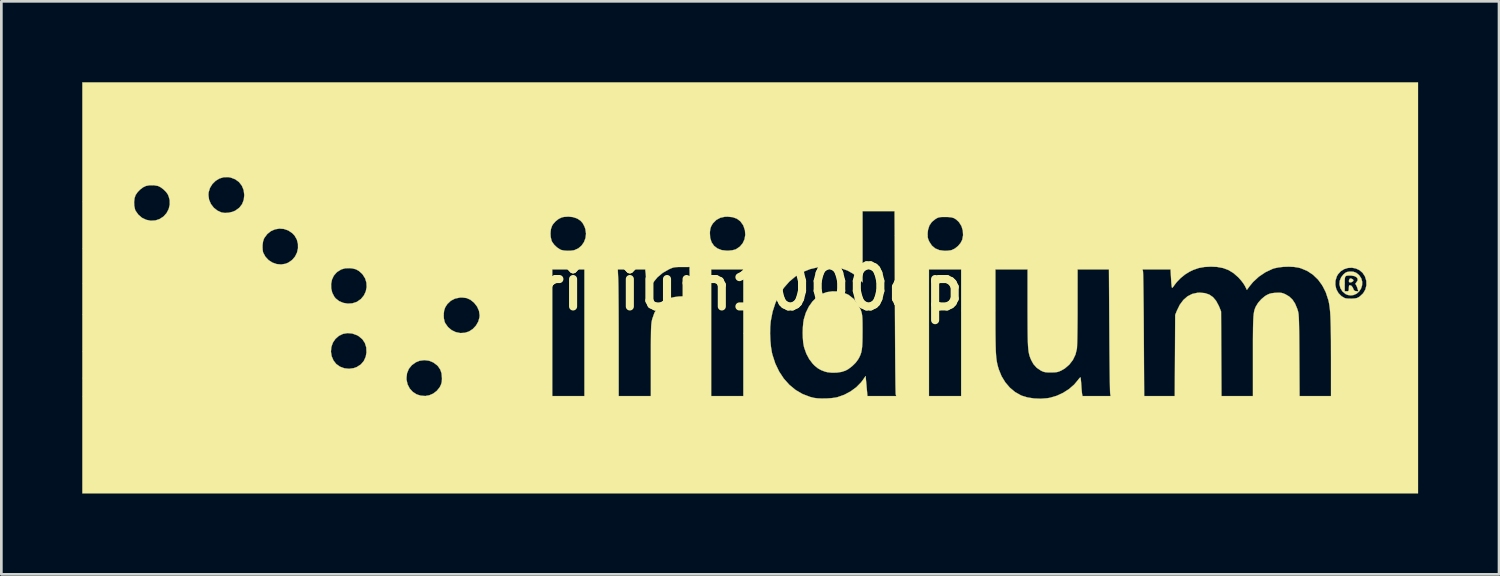
<source format=kicad_pcb>
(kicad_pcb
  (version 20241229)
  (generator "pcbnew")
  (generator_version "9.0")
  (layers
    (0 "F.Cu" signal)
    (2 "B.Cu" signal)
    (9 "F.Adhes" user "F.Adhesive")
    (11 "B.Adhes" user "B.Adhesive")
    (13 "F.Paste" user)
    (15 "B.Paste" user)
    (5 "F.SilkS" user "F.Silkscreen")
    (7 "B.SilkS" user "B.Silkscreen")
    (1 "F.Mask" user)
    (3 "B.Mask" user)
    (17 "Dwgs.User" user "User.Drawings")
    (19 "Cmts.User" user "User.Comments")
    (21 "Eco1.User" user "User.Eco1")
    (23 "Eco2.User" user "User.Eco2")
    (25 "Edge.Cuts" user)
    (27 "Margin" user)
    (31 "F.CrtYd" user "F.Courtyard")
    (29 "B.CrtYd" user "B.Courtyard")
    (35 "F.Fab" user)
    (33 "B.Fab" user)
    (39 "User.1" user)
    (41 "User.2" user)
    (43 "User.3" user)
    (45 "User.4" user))
  (footprint "iridium1000dpi"
    (layer "F.Cu")
    (at 24.77 7.625)
    (property "Reference" "iridium1000dpi" (at 0 0 0) (layer "F.SilkS") (effects (font (size 1.524 1.524) (thickness 0.3))))
    (attr through_hole)
    (fp_poly (pts (xy 22.339 -0.321) (xy 22.372 -0.288) (xy 22.363 -0.256) (xy 22.354 -0.244) (xy 22.303 -0.212) (xy 22.258 -0.203) (xy 22.214 -0.211) (xy 22.202 -0.245) (xy 22.204 -0.273) (xy 22.228 -0.333) (xy 22.275 -0.349) (xy 22.339 -0.321)) (stroke (width 0.01) (type solid)) (fill yes) (layer "F.SilkS"))
    (fp_poly (pts (xy 3.253 0.135) (xy 3.452 0.175) (xy 3.629 0.25) (xy 3.659 0.268) (xy 3.84 0.411) (xy 3.985 0.59) (xy 4.093 0.804) (xy 4.114 0.861) (xy 4.13 0.915) (xy 4.143 0.97) (xy 4.152 1.034) (xy 4.159 1.115) (xy 4.163 1.221) (xy 4.165 1.358) (xy 4.166 1.536) (xy 4.166 1.623) (xy 4.164 1.847) (xy 4.16 2.029) (xy 4.152 2.176) (xy 4.138 2.295) (xy 4.118 2.394) (xy 4.089 2.481) (xy 4.052 2.564) (xy 4.006 2.648) (xy 3.912 2.775) (xy 3.786 2.899) (xy 3.646 3.006) (xy 3.536 3.068) (xy 3.39 3.116) (xy 3.216 3.142) (xy 3.033 3.146) (xy 2.86 3.127) (xy 2.764 3.102) (xy 2.621 3.046) (xy 2.502 2.977) (xy 2.389 2.883) (xy 2.32 2.813) (xy 2.191 2.645) (xy 2.083 2.442) (xy 2.003 2.216) (xy 1.991 2.169) (xy 1.966 2.025) (xy 1.952 1.847) (xy 1.947 1.653) (xy 1.954 1.458) (xy 1.97 1.281) (xy 1.989 1.168) (xy 2.064 0.922) (xy 2.173 0.698) (xy 2.312 0.502) (xy 2.476 0.342) (xy 2.66 0.224) (xy 2.66 0.224) (xy 2.843 0.159) (xy 3.045 0.129) (xy 3.253 0.135)) (stroke (width 0.01) (type solid)) (fill yes) (layer "F.SilkS"))
    (fp_poly (pts (xy 22.363 -0.6) (xy 22.47 -0.561) (xy 22.572 -0.48) (xy 22.585 -0.466) (xy 22.662 -0.353) (xy 22.696 -0.227) (xy 22.692 -0.099) (xy 22.654 0.023) (xy 22.585 0.131) (xy 22.489 0.216) (xy 22.37 0.267) (xy 22.271 0.279) (xy 22.172 0.266) (xy 22.085 0.233) (xy 22.082 0.231) (xy 21.964 0.133) (xy 21.888 0.013) (xy 21.854 -0.121) (xy 21.857 -0.17) (xy 22.047 -0.17) (xy 22.047 -0.15) (xy 22.047 0.127) (xy 22.123 0.127) (xy 22.17 0.124) (xy 22.192 0.105) (xy 22.199 0.056) (xy 22.2 0.013) (xy 22.206 -0.067) (xy 22.226 -0.1) (xy 22.231 -0.101) (xy 22.299 -0.076) (xy 22.35 -0.005) (xy 22.363 0.03) (xy 22.391 0.09) (xy 22.436 0.117) (xy 22.472 0.122) (xy 22.554 0.13) (xy 22.518 0.01) (xy 22.491 -0.064) (xy 22.463 -0.116) (xy 22.452 -0.128) (xy 22.442 -0.154) (xy 22.475 -0.199) (xy 22.476 -0.2) (xy 22.525 -0.272) (xy 22.527 -0.339) (xy 22.486 -0.395) (xy 22.408 -0.436) (xy 22.296 -0.456) (xy 22.254 -0.457) (xy 22.167 -0.456) (xy 22.109 -0.448) (xy 22.073 -0.423) (xy 22.055 -0.374) (xy 22.048 -0.293) (xy 22.047 -0.17) (xy 21.857 -0.17) (xy 21.862 -0.259) (xy 21.915 -0.391) (xy 21.998 -0.497) (xy 22.068 -0.557) (xy 22.134 -0.589) (xy 22.222 -0.603) (xy 22.233 -0.604) (xy 22.363 -0.6)) (stroke (width 0.01) (type solid)) (fill yes) (layer "F.SilkS"))
    (fp_poly (pts (xy 24.765 7.62) (xy -24.765 7.62) (xy -24.765 3.344) (xy -12.747 3.344) (xy -12.744 3.406) (xy -12.705 3.581) (xy -12.626 3.733) (xy -12.513 3.857) (xy -12.374 3.947) (xy -12.215 4) (xy -12.043 4.01) (xy -11.908 3.987) (xy -11.757 3.922) (xy -11.623 3.82) (xy -11.519 3.693) (xy -11.501 3.661) (xy -11.46 3.571) (xy -11.438 3.488) (xy -11.431 3.387) (xy -11.431 3.344) (xy -11.445 3.172) (xy -11.492 3.032) (xy -11.574 2.91) (xy -11.61 2.872) (xy -11.75 2.766) (xy -11.911 2.701) (xy -12.083 2.68) (xy -12.256 2.702) (xy -12.394 2.757) (xy -12.547 2.866) (xy -12.658 3.002) (xy -12.725 3.163) (xy -12.747 3.344) (xy -24.765 3.344) (xy -24.765 2.365) (xy -15.548 2.365) (xy -15.521 2.535) (xy -15.454 2.692) (xy -15.35 2.825) (xy -15.349 2.825) (xy -15.211 2.923) (xy -15.049 2.982) (xy -14.876 3.001) (xy -14.702 2.977) (xy -14.591 2.937) (xy -14.441 2.842) (xy -14.33 2.713) (xy -14.258 2.555) (xy -14.23 2.399) (xy -14.237 2.21) (xy -14.289 2.044) (xy -14.383 1.903) (xy -14.52 1.79) (xy -14.583 1.755) (xy -14.759 1.692) (xy -14.934 1.677) (xy -15.1 1.706) (xy -15.252 1.779) (xy -15.381 1.893) (xy -15.474 2.029) (xy -15.532 2.192) (xy -15.548 2.365) (xy -24.765 2.365) (xy -24.765 0.978) (xy -11.366 0.978) (xy -11.361 1.124) (xy -11.333 1.254) (xy -11.31 1.308) (xy -11.206 1.455) (xy -11.073 1.567) (xy -10.918 1.642) (xy -10.751 1.676) (xy -10.579 1.666) (xy -10.427 1.617) (xy -10.286 1.525) (xy -10.169 1.4) (xy -10.084 1.252) (xy -10.039 1.093) (xy -10.033 1.016) (xy -10.057 0.853) (xy -10.127 0.695) (xy -10.237 0.554) (xy -10.246 0.545) (xy -10.377 0.44) (xy -10.514 0.379) (xy -10.67 0.358) (xy -10.763 0.36) (xy -10.945 0.397) (xy -11.102 0.478) (xy -11.231 0.601) (xy -11.31 0.723) (xy -11.349 0.838) (xy -11.366 0.978) (xy -24.765 0.978) (xy -24.765 -0.146) (xy -15.541 -0.146) (xy -15.538 0.02) (xy -15.499 0.181) (xy -15.423 0.327) (xy -15.372 0.391) (xy -15.245 0.491) (xy -15.092 0.556) (xy -14.925 0.584) (xy -14.755 0.574) (xy -14.595 0.523) (xy -14.577 0.513) (xy -14.434 0.413) (xy -14.327 0.283) (xy -14.256 0.134) (xy -14.224 -0.027) (xy -14.231 -0.192) (xy -14.279 -0.35) (xy -14.37 -0.495) (xy -14.403 -0.531) (xy -14.51 -0.627) (xy -14.616 -0.686) (xy -7.341 -0.686) (xy -7.341 4.013) (xy -6.147 4.013) (xy -6.147 -0.686) (xy -4.91 -0.686) (xy -4.893 -0.301) (xy -4.891 -0.213) (xy -4.888 -0.079) (xy -4.886 0.096) (xy -4.884 0.307) (xy -4.882 0.549) (xy -4.88 0.817) (xy -4.879 1.106) (xy -4.878 1.412) (xy -4.877 1.728) (xy -4.877 2.049) (xy -4.877 4.013) (xy -3.683 4.013) (xy -3.683 2.684) (xy -3.683 2.388) (xy -3.683 2.138) (xy -3.682 1.93) (xy -3.68 1.758) (xy -3.678 1.618) (xy -3.675 1.505) (xy -3.671 1.415) (xy -3.665 1.343) (xy -3.658 1.284) (xy -3.65 1.234) (xy -3.64 1.187) (xy -3.632 1.154) (xy -3.552 0.927) (xy -3.436 0.729) (xy -3.289 0.565) (xy -3.115 0.441) (xy -3.09 0.427) (xy -2.962 0.377) (xy -2.808 0.341) (xy -2.644 0.32) (xy -2.485 0.315) (xy -2.346 0.328) (xy -2.268 0.348) (xy -2.257 0.345) (xy -2.249 0.321) (xy -2.243 0.271) (xy -2.24 0.19) (xy -2.239 0.073) (xy -2.24 -0.087) (xy -2.241 -0.207) (xy -2.247 -0.686) (xy -1.448 -0.686) (xy -1.448 4.013) (xy -0.254 4.013) (xy -0.254 1.695) (xy 0.738 1.695) (xy 0.748 1.944) (xy 0.77 2.184) (xy 0.805 2.398) (xy 0.824 2.477) (xy 0.93 2.804) (xy 1.072 3.101) (xy 1.247 3.366) (xy 1.452 3.595) (xy 1.684 3.786) (xy 1.942 3.937) (xy 2.223 4.044) (xy 2.362 4.079) (xy 2.496 4.097) (xy 2.662 4.104) (xy 2.842 4.101) (xy 3.017 4.089) (xy 3.171 4.068) (xy 3.239 4.053) (xy 3.488 3.965) (xy 3.723 3.84) (xy 3.935 3.685) (xy 4.111 3.506) (xy 4.18 3.415) (xy 4.28 3.269) (xy 4.3 3.483) (xy 4.312 3.608) (xy 4.323 3.739) (xy 4.333 3.847) (xy 4.334 3.854) (xy 4.347 4.013) (xy 5.416 4.013) (xy 5.397 3.943) (xy 5.395 3.91) (xy 5.393 3.829) (xy 5.39 3.702) (xy 5.387 3.535) (xy 5.385 3.328) (xy 5.382 3.087) (xy 5.38 2.812) (xy 5.377 2.508) (xy 5.375 2.177) (xy 5.373 1.823) (xy 5.371 1.449) (xy 5.369 1.057) (xy 5.367 0.651) (xy 5.367 0.514) (xy 5.363 -0.686) (xy 6.629 -0.686) (xy 6.629 4.013) (xy 7.823 4.013) (xy 7.823 -0.686) (xy 9.093 -0.686) (xy 9.093 0.857) (xy 9.094 1.204) (xy 9.094 1.505) (xy 9.096 1.763) (xy 9.099 1.984) (xy 9.103 2.172) (xy 9.108 2.331) (xy 9.116 2.465) (xy 9.125 2.58) (xy 9.137 2.679) (xy 9.152 2.766) (xy 9.169 2.847) (xy 9.19 2.926) (xy 9.214 3.007) (xy 9.219 3.024) (xy 9.321 3.275) (xy 9.46 3.503) (xy 9.629 3.701) (xy 9.824 3.864) (xy 10.04 3.985) (xy 10.075 4) (xy 10.286 4.064) (xy 10.525 4.101) (xy 10.775 4.111) (xy 11.021 4.092) (xy 11.12 4.075) (xy 11.366 4.003) (xy 11.604 3.893) (xy 11.823 3.753) (xy 12.013 3.588) (xy 12.139 3.438) (xy 12.191 3.372) (xy 12.23 3.329) (xy 12.25 3.32) (xy 12.25 3.32) (xy 12.257 3.352) (xy 12.264 3.424) (xy 12.273 3.523) (xy 12.279 3.607) (xy 12.287 3.726) (xy 12.296 3.832) (xy 12.305 3.912) (xy 12.309 3.943) (xy 12.323 4.013) (xy 13.366 4.013) (xy 13.35 3.918) (xy 13.347 3.879) (xy 13.344 3.793) (xy 13.341 3.663) (xy 13.338 3.495) (xy 13.335 3.29) (xy 13.332 3.054) (xy 13.329 2.791) (xy 13.326 2.503) (xy 13.323 2.194) (xy 13.321 1.87) (xy 13.319 1.568) (xy 13.304 -0.686) (xy 14.548 -0.686) (xy 14.566 -0.616) (xy 14.569 -0.581) (xy 14.572 -0.498) (xy 14.575 -0.373) (xy 14.578 -0.207) (xy 14.581 -0.006) (xy 14.584 0.227) (xy 14.587 0.489) (xy 14.59 0.775) (xy 14.593 1.082) (xy 14.595 1.406) (xy 14.597 1.734) (xy 14.61 4.013) (xy 15.745 4.013) (xy 15.761 1.003) (xy 15.822 0.851) (xy 15.93 0.629) (xy 16.063 0.45) (xy 16.217 0.315) (xy 16.391 0.226) (xy 16.585 0.182) (xy 16.672 0.178) (xy 16.862 0.195) (xy 17.024 0.249) (xy 17.16 0.342) (xy 17.276 0.478) (xy 17.374 0.66) (xy 17.402 0.724) (xy 17.462 0.876) (xy 17.477 4.013) (xy 18.644 4.013) (xy 18.644 2.541) (xy 18.644 2.212) (xy 18.644 1.93) (xy 18.646 1.69) (xy 18.648 1.488) (xy 18.652 1.32) (xy 18.657 1.182) (xy 18.663 1.069) (xy 18.672 0.977) (xy 18.683 0.903) (xy 18.696 0.841) (xy 18.712 0.787) (xy 18.731 0.738) (xy 18.752 0.691) (xy 18.836 0.554) (xy 18.953 0.422) (xy 19.086 0.31) (xy 19.155 0.267) (xy 19.242 0.226) (xy 19.328 0.201) (xy 19.434 0.187) (xy 19.498 0.183) (xy 19.611 0.179) (xy 19.692 0.184) (xy 19.762 0.202) (xy 19.84 0.234) (xy 19.843 0.235) (xy 19.989 0.321) (xy 20.109 0.434) (xy 20.206 0.582) (xy 20.285 0.771) (xy 20.313 0.858) (xy 20.322 0.894) (xy 20.33 0.937) (xy 20.337 0.992) (xy 20.342 1.063) (xy 20.347 1.153) (xy 20.351 1.268) (xy 20.354 1.41) (xy 20.357 1.586) (xy 20.36 1.797) (xy 20.362 2.049) (xy 20.364 2.346) (xy 20.365 2.508) (xy 20.373 4.013) (xy 21.539 4.013) (xy 21.539 2.623) (xy 21.538 2.259) (xy 21.537 1.941) (xy 21.534 1.667) (xy 21.53 1.43) (xy 21.524 1.226) (xy 21.517 1.053) (xy 21.508 0.904) (xy 21.496 0.777) (xy 21.482 0.666) (xy 21.466 0.568) (xy 21.447 0.478) (xy 21.438 0.445) (xy 21.345 0.162) (xy 21.218 -0.089) (xy 21.21 -0.1) (xy 21.7 -0.1) (xy 21.738 0.055) (xy 21.815 0.194) (xy 21.928 0.309) (xy 22.052 0.381) (xy 22.106 0.392) (xy 22.192 0.399) (xy 22.294 0.4) (xy 22.305 0.4) (xy 22.412 0.394) (xy 22.487 0.381) (xy 22.548 0.356) (xy 22.609 0.317) (xy 22.73 0.203) (xy 22.812 0.063) (xy 22.852 -0.094) (xy 22.849 -0.259) (xy 22.799 -0.422) (xy 22.798 -0.424) (xy 22.711 -0.558) (xy 22.595 -0.657) (xy 22.461 -0.719) (xy 22.316 -0.747) (xy 22.168 -0.739) (xy 22.027 -0.695) (xy 21.9 -0.616) (xy 21.797 -0.501) (xy 21.753 -0.424) (xy 21.704 -0.263) (xy 21.7 -0.1) (xy 21.21 -0.1) (xy 21.058 -0.307) (xy 20.87 -0.488) (xy 20.656 -0.629) (xy 20.418 -0.728) (xy 20.33 -0.751) (xy 20.165 -0.777) (xy 19.975 -0.786) (xy 19.778 -0.78) (xy 19.589 -0.758) (xy 19.426 -0.723) (xy 19.374 -0.705) (xy 19.109 -0.581) (xy 18.865 -0.417) (xy 18.65 -0.219) (xy 18.527 -0.071) (xy 18.42 0.075) (xy 18.348 -0.07) (xy 18.29 -0.164) (xy 18.207 -0.273) (xy 18.111 -0.381) (xy 18.098 -0.394) (xy 17.922 -0.548) (xy 17.739 -0.66) (xy 17.538 -0.735) (xy 17.311 -0.777) (xy 17.084 -0.787) (xy 16.847 -0.775) (xy 16.636 -0.737) (xy 16.434 -0.667) (xy 16.299 -0.603) (xy 16.127 -0.497) (xy 15.96 -0.361) (xy 15.814 -0.21) (xy 15.733 -0.103) (xy 15.69 -0.043) (xy 15.656 -0.006) (xy 15.646 0) (xy 15.637 -0.024) (xy 15.628 -0.089) (xy 15.618 -0.187) (xy 15.61 -0.307) (xy 15.608 -0.343) (xy 15.589 -0.686) (xy 14.548 -0.686) (xy 13.304 -0.686) (xy 12.141 -0.686) (xy 12.14 0.692) (xy 12.14 0.959) (xy 12.138 1.215) (xy 12.136 1.456) (xy 12.133 1.676) (xy 12.13 1.869) (xy 12.126 2.03) (xy 12.122 2.154) (xy 12.118 2.234) (xy 12.116 2.254) (xy 12.063 2.473) (xy 11.967 2.673) (xy 11.832 2.848) (xy 11.665 2.991) (xy 11.54 3.063) (xy 11.462 3.098) (xy 11.393 3.12) (xy 11.315 3.131) (xy 11.211 3.135) (xy 11.151 3.135) (xy 11.03 3.134) (xy 10.944 3.127) (xy 10.877 3.111) (xy 10.813 3.084) (xy 10.782 3.069) (xy 10.626 2.963) (xy 10.505 2.828) (xy 10.427 2.688) (xy 10.399 2.625) (xy 10.375 2.564) (xy 10.355 2.502) (xy 10.338 2.434) (xy 10.324 2.356) (xy 10.313 2.263) (xy 10.304 2.151) (xy 10.298 2.016) (xy 10.294 1.852) (xy 10.291 1.657) (xy 10.289 1.424) (xy 10.288 1.151) (xy 10.287 0.832) (xy 10.287 0.756) (xy 10.287 -0.686) (xy 9.093 -0.686) (xy 7.823 -0.686) (xy 6.629 -0.686) (xy 5.363 -0.686) (xy 5.359 -1.933) (xy 6.58 -1.933) (xy 6.588 -1.854) (xy 6.611 -1.781) (xy 6.641 -1.714) (xy 6.737 -1.568) (xy 6.863 -1.462) (xy 7.019 -1.398) (xy 7.207 -1.373) (xy 7.223 -1.373) (xy 7.327 -1.378) (xy 7.427 -1.391) (xy 7.474 -1.402) (xy 7.592 -1.459) (xy 7.707 -1.551) (xy 7.802 -1.664) (xy 7.863 -1.782) (xy 7.863 -1.782) (xy 7.895 -1.952) (xy 7.885 -2.125) (xy 7.836 -2.288) (xy 7.749 -2.429) (xy 7.715 -2.466) (xy 7.635 -2.538) (xy 7.557 -2.586) (xy 7.467 -2.614) (xy 7.351 -2.626) (xy 7.237 -2.629) (xy 7.121 -2.628) (xy 7.04 -2.622) (xy 6.98 -2.609) (xy 6.925 -2.585) (xy 6.869 -2.552) (xy 6.737 -2.445) (xy 6.646 -2.313) (xy 6.595 -2.152) (xy 6.582 -2.04) (xy 6.58 -1.933) (xy 5.359 -1.933) (xy 5.355 -2.845) (xy 4.166 -2.845) (xy 4.166 -0.203) (xy 4.007 -0.364) (xy 3.822 -0.522) (xy 3.612 -0.642) (xy 3.373 -0.725) (xy 3.103 -0.773) (xy 2.83 -0.787) (xy 2.513 -0.764) (xy 2.215 -0.694) (xy 1.937 -0.581) (xy 1.682 -0.427) (xy 1.452 -0.234) (xy 1.249 -0.003) (xy 1.077 0.261) (xy 0.936 0.558) (xy 0.83 0.885) (xy 0.761 1.239) (xy 0.742 1.454) (xy 0.738 1.695) (xy -0.254 1.695) (xy -0.254 -0.686) (xy -1.448 -0.686) (xy -2.247 -0.686) (xy -2.248 -0.775) (xy -2.54 -0.774) (xy -2.669 -0.773) (xy -2.763 -0.768) (xy -2.834 -0.758) (xy -2.899 -0.738) (xy -2.971 -0.708) (xy -3.008 -0.691) (xy -3.244 -0.556) (xy -3.442 -0.39) (xy -3.608 -0.187) (xy -3.743 0.051) (xy -3.784 0.135) (xy -3.808 0.178) (xy -3.823 0.186) (xy -3.833 0.163) (xy -3.838 0.14) (xy -3.846 0.081) (xy -3.852 -0.013) (xy -3.857 -0.125) (xy -3.858 -0.178) (xy -3.861 -0.303) (xy -3.867 -0.426) (xy -3.874 -0.526) (xy -3.877 -0.552) (xy -3.893 -0.686) (xy -4.91 -0.686) (xy -6.147 -0.686) (xy -7.341 -0.686) (xy -14.616 -0.686) (xy -14.62 -0.688) (xy -14.749 -0.721) (xy -14.848 -0.731) (xy -15.019 -0.726) (xy -15.166 -0.683) (xy -15.306 -0.597) (xy -15.339 -0.57) (xy -15.441 -0.452) (xy -15.509 -0.307) (xy -15.541 -0.146) (xy -24.765 -0.146) (xy -24.765 -1.452) (xy -18.084 -1.452) (xy -18.068 -1.336) (xy -18.058 -1.303) (xy -17.976 -1.152) (xy -17.86 -1.029) (xy -17.719 -0.938) (xy -17.561 -0.883) (xy -17.395 -0.867) (xy -17.23 -0.894) (xy -17.132 -0.934) (xy -16.987 -1.034) (xy -16.878 -1.162) (xy -16.805 -1.31) (xy -16.769 -1.47) (xy -16.771 -1.633) (xy -16.812 -1.791) (xy -16.894 -1.936) (xy -16.98 -2.029) (xy -16.993 -2.037) (xy -7.406 -2.037) (xy -7.398 -1.888) (xy -7.367 -1.755) (xy -7.347 -1.71) (xy -7.269 -1.6) (xy -7.163 -1.499) (xy -7.048 -1.424) (xy -7.007 -1.406) (xy -6.91 -1.385) (xy -6.785 -1.375) (xy -6.655 -1.378) (xy -6.542 -1.393) (xy -6.522 -1.398) (xy -6.375 -1.464) (xy -6.254 -1.566) (xy -6.164 -1.697) (xy -6.107 -1.848) (xy -6.088 -2.011) (xy -6.093 -2.043) (xy -1.495 -2.043) (xy -1.484 -1.852) (xy -1.431 -1.69) (xy -1.341 -1.559) (xy -1.215 -1.462) (xy -1.055 -1.4) (xy -0.865 -1.378) (xy -0.813 -1.379) (xy -0.663 -1.394) (xy -0.547 -1.424) (xy -0.524 -1.434) (xy -0.384 -1.529) (xy -0.278 -1.654) (xy -0.21 -1.802) (xy -0.182 -1.966) (xy -0.195 -2.135) (xy -0.252 -2.304) (xy -0.268 -2.335) (xy -0.366 -2.47) (xy -0.491 -2.564) (xy -0.647 -2.621) (xy -0.836 -2.64) (xy -0.939 -2.637) (xy -1.108 -2.6) (xy -1.257 -2.519) (xy -1.378 -2.397) (xy -1.409 -2.351) (xy -1.453 -2.269) (xy -1.479 -2.189) (xy -1.492 -2.089) (xy -1.495 -2.043) (xy -6.093 -2.043) (xy -6.111 -2.177) (xy -6.145 -2.275) (xy -6.211 -2.4) (xy -6.29 -2.489) (xy -6.396 -2.56) (xy -6.439 -2.581) (xy -6.577 -2.625) (xy -6.737 -2.642) (xy -6.899 -2.632) (xy -6.989 -2.612) (xy -7.102 -2.558) (xy -7.215 -2.47) (xy -7.31 -2.363) (xy -7.347 -2.302) (xy -7.389 -2.182) (xy -7.406 -2.037) (xy -16.993 -2.037) (xy -17.13 -2.129) (xy -17.292 -2.185) (xy -17.459 -2.198) (xy -17.623 -2.17) (xy -17.775 -2.103) (xy -17.908 -1.997) (xy -18.014 -1.855) (xy -18.033 -1.819) (xy -18.066 -1.715) (xy -18.083 -1.586) (xy -18.084 -1.452) (xy -24.765 -1.452) (xy -24.765 -3.187) (xy -22.847 -3.187) (xy -22.841 -3.041) (xy -22.813 -2.91) (xy -22.791 -2.857) (xy -22.687 -2.711) (xy -22.554 -2.598) (xy -22.399 -2.524) (xy -22.231 -2.49) (xy -22.06 -2.5) (xy -21.907 -2.549) (xy -21.759 -2.644) (xy -21.644 -2.771) (xy -21.565 -2.921) (xy -21.525 -3.085) (xy -21.527 -3.255) (xy -21.574 -3.421) (xy -21.584 -3.441) (xy -20.091 -3.441) (xy -20.067 -3.27) (xy -19.999 -3.111) (xy -19.893 -2.973) (xy -19.756 -2.864) (xy -19.605 -2.796) (xy -19.479 -2.778) (xy -19.333 -2.788) (xy -19.188 -2.823) (xy -19.095 -2.863) (xy -18.948 -2.969) (xy -18.843 -3.103) (xy -18.78 -3.265) (xy -18.761 -3.442) (xy -18.784 -3.626) (xy -18.851 -3.788) (xy -18.956 -3.923) (xy -19.095 -4.026) (xy -19.263 -4.09) (xy -19.353 -4.107) (xy -19.523 -4.103) (xy -19.683 -4.055) (xy -19.826 -3.968) (xy -19.945 -3.85) (xy -20.033 -3.707) (xy -20.083 -3.545) (xy -20.091 -3.441) (xy -21.584 -3.441) (xy -21.59 -3.455) (xy -21.657 -3.552) (xy -21.752 -3.648) (xy -21.858 -3.728) (xy -21.959 -3.778) (xy -21.966 -3.78) (xy -22.115 -3.806) (xy -22.277 -3.805) (xy -22.408 -3.78) (xy -22.511 -3.731) (xy -22.619 -3.65) (xy -22.717 -3.55) (xy -22.789 -3.446) (xy -22.79 -3.445) (xy -22.83 -3.328) (xy -22.847 -3.187) (xy -24.765 -3.187) (xy -24.765 -7.62) (xy 24.765 -7.62) (xy 24.765 7.62)) (stroke (width 0.01) (type solid)) (fill yes) (layer "F.SilkS")))
  (gr_rect
    (start -3 -3)
    (end 52.54 18.25)
    (stroke (width 0.1) (type default))
    (fill no)
    (layer "Edge.Cuts")))
</source>
